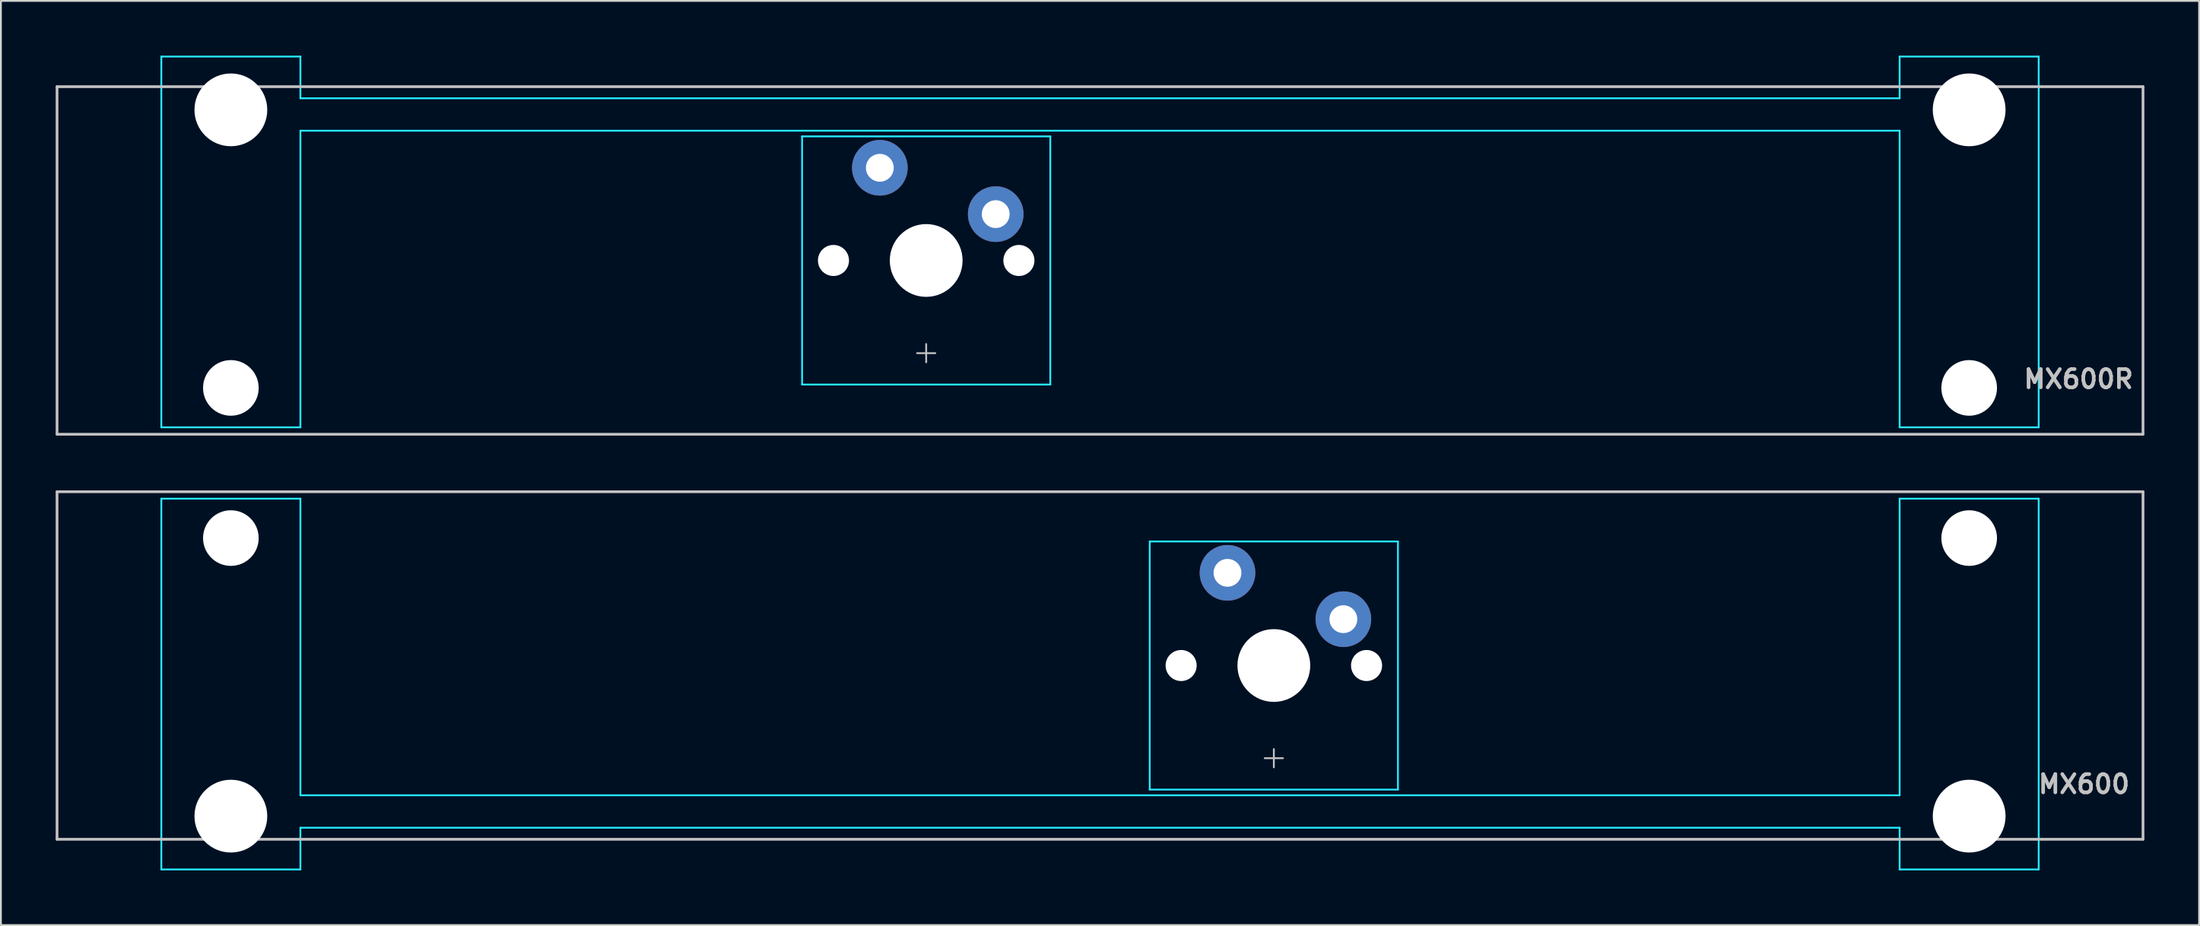
<source format=kicad_pcb>
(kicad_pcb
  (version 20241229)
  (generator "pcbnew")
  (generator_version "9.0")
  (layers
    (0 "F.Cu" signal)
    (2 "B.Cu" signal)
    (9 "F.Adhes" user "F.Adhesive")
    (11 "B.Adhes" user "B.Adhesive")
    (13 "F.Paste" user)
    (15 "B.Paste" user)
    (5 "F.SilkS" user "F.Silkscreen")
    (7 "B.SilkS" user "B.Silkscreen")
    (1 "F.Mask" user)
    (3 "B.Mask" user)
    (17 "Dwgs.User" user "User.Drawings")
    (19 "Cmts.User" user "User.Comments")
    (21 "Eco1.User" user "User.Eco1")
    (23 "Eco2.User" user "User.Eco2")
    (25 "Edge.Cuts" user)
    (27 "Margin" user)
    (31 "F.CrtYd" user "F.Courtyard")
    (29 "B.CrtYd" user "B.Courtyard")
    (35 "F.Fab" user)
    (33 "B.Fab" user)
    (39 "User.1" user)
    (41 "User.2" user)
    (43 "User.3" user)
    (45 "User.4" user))
  (footprint "MX600"
    (layer "F.Cu")
    (at 66.75 33.426)
    (property "Reference" "MX600" (at 47 6.5 0) (layer "Dwgs.User") (effects (font (size 1 1) (thickness 0.2)) (justify right)))
    (attr through_hole)
    (fp_line (start -66.675 -9.525) (end 47.625 -9.525) (stroke (width 0.15) (type solid)) (layer "Dwgs.User"))
    (fp_line (start -66.675 9.525) (end -66.675 -9.525) (stroke (width 0.15) (type solid)) (layer "Dwgs.User"))
    (fp_line (start -66.675 9.525) (end 47.625 9.525) (stroke (width 0.15) (type solid)) (layer "Dwgs.User"))
    (fp_line (start -0.5 5.08) (end 0.5 5.08) (stroke (width 0.1) (type solid)) (layer "Dwgs.User"))
    (fp_line (start 0 5.58) (end 0 4.58) (stroke (width 0.1) (type solid)) (layer "Dwgs.User"))
    (fp_line (start 47.625 -9.525) (end 47.625 9.525) (stroke (width 0.15) (type solid)) (layer "Dwgs.User"))
    (fp_line (start -60.65 -5.485) (end -60.65 8.515) (stroke (width 0.1) (type solid)) (layer "Eco1.User"))
    (fp_line (start -60.15 -5.985) (end -54.15 -5.985) (stroke (width 0.1) (type solid)) (layer "Eco1.User"))
    (fp_line (start -54.15 9.015) (end -60.15 9.015) (stroke (width 0.1) (type solid)) (layer "Eco1.User"))
    (fp_line (start -53.65 8.515) (end -53.65 -5.485) (stroke (width 0.1) (type solid)) (layer "Eco1.User"))
    (fp_line (start -7 -6.5) (end -7 6.5) (stroke (width 0.1) (type solid)) (layer "Eco1.User"))
    (fp_line (start -6.5 7) (end 6.5 7) (stroke (width 0.1) (type solid)) (layer "Eco1.User"))
    (fp_line (start 6.5 -7) (end -6.5 -7) (stroke (width 0.1) (type solid)) (layer "Eco1.User"))
    (fp_line (start 7 6.5) (end 7 -6.5) (stroke (width 0.1) (type solid)) (layer "Eco1.User"))
    (fp_line (start 34.6 -5.485) (end 34.6 8.515) (stroke (width 0.1) (type solid)) (layer "Eco1.User"))
    (fp_line (start 35.1 -5.985) (end 41.1 -5.985) (stroke (width 0.1) (type solid)) (layer "Eco1.User"))
    (fp_line (start 41.1 9.015) (end 35.1 9.015) (stroke (width 0.1) (type solid)) (layer "Eco1.User"))
    (fp_line (start 41.6 8.515) (end 41.6 -5.485) (stroke (width 0.1) (type solid)) (layer "Eco1.User"))
    (fp_arc (start -60.65 -5.485) (mid -60.503553 -5.838553) (end -60.15 -5.985) (stroke (width 0.1) (type solid)) (layer "Eco1.User"))
    (fp_arc (start -60.15 9.015) (mid -60.503553 8.868553) (end -60.65 8.515) (stroke (width 0.1) (type solid)) (layer "Eco1.User"))
    (fp_arc (start -54.15 -5.985) (mid -53.796447 -5.838553) (end -53.65 -5.485) (stroke (width 0.1) (type solid)) (layer "Eco1.User"))
    (fp_arc (start -53.65 8.515) (mid -53.796447 8.868553) (end -54.15 9.015) (stroke (width 0.1) (type solid)) (layer "Eco1.User"))
    (fp_arc (start -7 -6.5) (mid -6.853553 -6.853553) (end -6.5 -7) (stroke (width 0.1) (type solid)) (layer "Eco1.User"))
    (fp_arc (start -6.5 7) (mid -6.853553 6.853553) (end -7 6.5) (stroke (width 0.1) (type solid)) (layer "Eco1.User"))
    (fp_arc (start 6.5 -7) (mid 6.853553 -6.853553) (end 7 -6.5) (stroke (width 0.1) (type solid)) (layer "Eco1.User"))
    (fp_arc (start 7 6.5) (mid 6.853553 6.853553) (end 6.5 7) (stroke (width 0.1) (type solid)) (layer "Eco1.User"))
    (fp_arc (start 34.6 -5.485) (mid 34.746447 -5.838553) (end 35.1 -5.985) (stroke (width 0.1) (type solid)) (layer "Eco1.User"))
    (fp_arc (start 35.1 9.015) (mid 34.746447 8.868553) (end 34.6 8.515) (stroke (width 0.1) (type solid)) (layer "Eco1.User"))
    (fp_arc (start 41.1 -5.985) (mid 41.453553 -5.838553) (end 41.6 -5.485) (stroke (width 0.1) (type solid)) (layer "Eco1.User"))
    (fp_arc (start 41.6 8.515) (mid 41.453553 8.868553) (end 41.1 9.015) (stroke (width 0.1) (type solid)) (layer "Eco1.User"))
    (fp_line (start -60.96 -9.144) (end -60.96 11.176) (stroke (width 0.1) (type solid)) (layer "B.CrtYd"))
    (fp_line (start -60.96 -9.144) (end -53.34 -9.144) (stroke (width 0.1) (type solid)) (layer "B.CrtYd"))
    (fp_line (start -60.96 11.176) (end -53.34 11.176) (stroke (width 0.1) (type solid)) (layer "B.CrtYd"))
    (fp_line (start -53.34 7.112) (end -53.34 -9.144) (stroke (width 0.1) (type solid)) (layer "B.CrtYd"))
    (fp_line (start -53.34 7.112) (end 34.29 7.112) (stroke (width 0.1) (type solid)) (layer "B.CrtYd"))
    (fp_line (start -53.34 8.89) (end -53.34 11.176) (stroke (width 0.1) (type solid)) (layer "B.CrtYd"))
    (fp_line (start -53.34 8.89) (end 34.29 8.89) (stroke (width 0.1) (type solid)) (layer "B.CrtYd"))
    (fp_line (start -6.8 -6.8) (end -6.8 6.8) (stroke (width 0.1) (type solid)) (layer "B.CrtYd"))
    (fp_line (start -6.8 -6.8) (end 6.8 -6.8) (stroke (width 0.1) (type solid)) (layer "B.CrtYd"))
    (fp_line (start -6.8 6.8) (end 6.8 6.8) (stroke (width 0.1) (type solid)) (layer "B.CrtYd"))
    (fp_line (start 6.8 6.8) (end 6.8 -6.8) (stroke (width 0.1) (type solid)) (layer "B.CrtYd"))
    (fp_line (start 34.29 -9.144) (end 41.91 -9.144) (stroke (width 0.1) (type solid)) (layer "B.CrtYd"))
    (fp_line (start 34.29 7.112) (end 34.29 -9.144) (stroke (width 0.1) (type solid)) (layer "B.CrtYd"))
    (fp_line (start 34.29 8.89) (end 34.29 11.176) (stroke (width 0.1) (type solid)) (layer "B.CrtYd"))
    (fp_line (start 34.29 11.176) (end 41.91 11.176) (stroke (width 0.1) (type solid)) (layer "B.CrtYd"))
    (fp_line (start 41.91 -9.144) (end 41.91 11.176) (stroke (width 0.1) (type solid)) (layer "B.CrtYd"))
    (pad "" np_thru_hole circle (at -57.15 -6.985 180) (size 3.048 3.048) (drill 3.048) (layers "*.Cu" "*.Mask"))
    (pad "" smd circle (at -57.15 -6.985) (size 3.988 3.988) (layers "F.Mask"))
    (pad "" np_thru_hole circle (at -57.15 8.255 180) (size 3.988 3.988) (drill 3.988) (layers "*.Cu" "*.Mask"))
    (pad "" np_thru_hole circle (at -5.08 0) (size 1.702 1.702) (drill 1.702) (layers "*.Cu" "*.Mask"))
    (pad "" np_thru_hole circle (at 0 0) (size 3.988 3.988) (drill 3.988) (layers "*.Cu" "*.Mask"))
    (pad "" np_thru_hole circle (at 5.08 0) (size 1.702 1.702) (drill 1.702) (layers "*.Cu" "*.Mask"))
    (pad "" np_thru_hole circle (at 38.1 -6.985 180) (size 3.048 3.048) (drill 3.048) (layers "*.Cu" "*.Mask"))
    (pad "" smd circle (at 38.1 -6.985) (size 3.988 3.988) (layers "F.Mask"))
    (pad "" np_thru_hole circle (at 38.1 8.255 180) (size 3.988 3.988) (drill 3.988) (layers "*.Cu" "*.Mask"))
    (pad "1" thru_hole circle (at -2.54 -5.08) (size 3.048 3.048) (drill 1.524) (layers "*.Cu" "*.Mask"))
    (pad "2" thru_hole circle (at 3.81 -2.54) (size 3.048 3.048) (drill 1.524) (layers "*.Cu" "*.Mask")))
  (footprint "MX600R"
    (layer "F.Cu")
    (at 47.7 11.226)
    (property "Reference" "MX600R" (at 66.25 6.5 0) (layer "Dwgs.User") (effects (font (size 1 1) (thickness 0.2)) (justify right)))
    (attr through_hole)
    (fp_line (start -47.625 9.525) (end -47.625 -9.525) (stroke (width 0.15) (type solid)) (layer "Dwgs.User"))
    (fp_line (start -0.5 5.08) (end 0.5 5.08) (stroke (width 0.1) (type solid)) (layer "Dwgs.User"))
    (fp_line (start 0 5.58) (end 0 4.58) (stroke (width 0.1) (type solid)) (layer "Dwgs.User"))
    (fp_line (start 66.675 -9.525) (end -47.625 -9.525) (stroke (width 0.15) (type solid)) (layer "Dwgs.User"))
    (fp_line (start 66.675 -9.525) (end 66.675 9.525) (stroke (width 0.15) (type solid)) (layer "Dwgs.User"))
    (fp_line (start 66.675 9.525) (end -47.625 9.525) (stroke (width 0.15) (type solid)) (layer "Dwgs.User"))
    (fp_line (start -41.6 -8.515) (end -41.6 5.485) (stroke (width 0.1) (type solid)) (layer "Eco1.User"))
    (fp_line (start -41.1 -9.015) (end -35.1 -9.015) (stroke (width 0.1) (type solid)) (layer "Eco1.User"))
    (fp_line (start -35.1 5.985) (end -41.1 5.985) (stroke (width 0.1) (type solid)) (layer "Eco1.User"))
    (fp_line (start -34.6 5.485) (end -34.6 -8.515) (stroke (width 0.1) (type solid)) (layer "Eco1.User"))
    (fp_line (start -7 -6.5) (end -7 6.5) (stroke (width 0.1) (type solid)) (layer "Eco1.User"))
    (fp_line (start -6.5 7) (end 6.5 7) (stroke (width 0.1) (type solid)) (layer "Eco1.User"))
    (fp_line (start 6.5 -7) (end -6.5 -7) (stroke (width 0.1) (type solid)) (layer "Eco1.User"))
    (fp_line (start 7 6.5) (end 7 -6.5) (stroke (width 0.1) (type solid)) (layer "Eco1.User"))
    (fp_line (start 53.65 -8.515) (end 53.65 5.485) (stroke (width 0.1) (type solid)) (layer "Eco1.User"))
    (fp_line (start 54.15 -9.015) (end 60.15 -9.015) (stroke (width 0.1) (type solid)) (layer "Eco1.User"))
    (fp_line (start 60.15 5.985) (end 54.15 5.985) (stroke (width 0.1) (type solid)) (layer "Eco1.User"))
    (fp_line (start 60.65 5.485) (end 60.65 -8.515) (stroke (width 0.1) (type solid)) (layer "Eco1.User"))
    (fp_arc (start -41.6 -8.515) (mid -41.453553 -8.868553) (end -41.1 -9.015) (stroke (width 0.1) (type solid)) (layer "Eco1.User"))
    (fp_arc (start -41.1 5.985) (mid -41.453553 5.838553) (end -41.6 5.485) (stroke (width 0.1) (type solid)) (layer "Eco1.User"))
    (fp_arc (start -35.1 -9.015) (mid -34.746447 -8.868553) (end -34.6 -8.515) (stroke (width 0.1) (type solid)) (layer "Eco1.User"))
    (fp_arc (start -34.6 5.485) (mid -34.746447 5.838553) (end -35.1 5.985) (stroke (width 0.1) (type solid)) (layer "Eco1.User"))
    (fp_arc (start -7 -6.5) (mid -6.853553 -6.853553) (end -6.5 -7) (stroke (width 0.1) (type solid)) (layer "Eco1.User"))
    (fp_arc (start -6.5 7) (mid -6.853553 6.853553) (end -7 6.5) (stroke (width 0.1) (type solid)) (layer "Eco1.User"))
    (fp_arc (start 6.5 -7) (mid 6.853553 -6.853553) (end 7 -6.5) (stroke (width 0.1) (type solid)) (layer "Eco1.User"))
    (fp_arc (start 7 6.5) (mid 6.853553 6.853553) (end 6.5 7) (stroke (width 0.1) (type solid)) (layer "Eco1.User"))
    (fp_arc (start 53.65 -8.515) (mid 53.796447 -8.868553) (end 54.15 -9.015) (stroke (width 0.1) (type solid)) (layer "Eco1.User"))
    (fp_arc (start 54.15 5.985) (mid 53.796447 5.838553) (end 53.65 5.485) (stroke (width 0.1) (type solid)) (layer "Eco1.User"))
    (fp_arc (start 60.15 -9.015) (mid 60.503553 -8.868553) (end 60.65 -8.515) (stroke (width 0.1) (type solid)) (layer "Eco1.User"))
    (fp_arc (start 60.65 5.485) (mid 60.503553 5.838553) (end 60.15 5.985) (stroke (width 0.1) (type solid)) (layer "Eco1.User"))
    (fp_line (start -41.91 9.144) (end -41.91 -11.176) (stroke (width 0.1) (type solid)) (layer "B.CrtYd"))
    (fp_line (start -34.29 -11.176) (end -41.91 -11.176) (stroke (width 0.1) (type solid)) (layer "B.CrtYd"))
    (fp_line (start -34.29 -8.89) (end -34.29 -11.176) (stroke (width 0.1) (type solid)) (layer "B.CrtYd"))
    (fp_line (start -34.29 -7.112) (end -34.29 9.144) (stroke (width 0.1) (type solid)) (layer "B.CrtYd"))
    (fp_line (start -34.29 9.144) (end -41.91 9.144) (stroke (width 0.1) (type solid)) (layer "B.CrtYd"))
    (fp_line (start -6.8 -6.8) (end -6.8 6.8) (stroke (width 0.1) (type solid)) (layer "B.CrtYd"))
    (fp_line (start -6.8 -6.8) (end 6.8 -6.8) (stroke (width 0.1) (type solid)) (layer "B.CrtYd"))
    (fp_line (start -6.8 6.8) (end 6.8 6.8) (stroke (width 0.1) (type solid)) (layer "B.CrtYd"))
    (fp_line (start 6.8 6.8) (end 6.8 -6.8) (stroke (width 0.1) (type solid)) (layer "B.CrtYd"))
    (fp_line (start 53.34 -8.89) (end -34.29 -8.89) (stroke (width 0.1) (type solid)) (layer "B.CrtYd"))
    (fp_line (start 53.34 -8.89) (end 53.34 -11.176) (stroke (width 0.1) (type solid)) (layer "B.CrtYd"))
    (fp_line (start 53.34 -7.112) (end -34.29 -7.112) (stroke (width 0.1) (type solid)) (layer "B.CrtYd"))
    (fp_line (start 53.34 -7.112) (end 53.34 9.144) (stroke (width 0.1) (type solid)) (layer "B.CrtYd"))
    (fp_line (start 60.96 -11.176) (end 53.34 -11.176) (stroke (width 0.1) (type solid)) (layer "B.CrtYd"))
    (fp_line (start 60.96 9.144) (end 53.34 9.144) (stroke (width 0.1) (type solid)) (layer "B.CrtYd"))
    (fp_line (start 60.96 9.144) (end 60.96 -11.176) (stroke (width 0.1) (type solid)) (layer "B.CrtYd"))
    (pad "" np_thru_hole circle (at -38.1 -8.255) (size 3.988 3.988) (drill 3.988) (layers "*.Cu" "*.Mask"))
    (pad "" np_thru_hole circle (at -38.1 6.985) (size 3.048 3.048) (drill 3.048) (layers "*.Cu" "*.Mask"))
    (pad "" smd circle (at -38.1 6.985) (size 3.988 3.988) (layers "F.Mask"))
    (pad "" np_thru_hole circle (at -5.08 0) (size 1.702 1.702) (drill 1.702) (layers "*.Cu" "*.Mask"))
    (pad "" np_thru_hole circle (at 0 0) (size 3.988 3.988) (drill 3.988) (layers "*.Cu" "*.Mask"))
    (pad "" np_thru_hole circle (at 5.08 0) (size 1.702 1.702) (drill 1.702) (layers "*.Cu" "*.Mask"))
    (pad "" np_thru_hole circle (at 57.15 -8.255) (size 3.988 3.988) (drill 3.988) (layers "*.Cu" "*.Mask"))
    (pad "" np_thru_hole circle (at 57.15 6.985) (size 3.048 3.048) (drill 3.048) (layers "*.Cu" "*.Mask"))
    (pad "" smd circle (at 57.15 6.985) (size 3.988 3.988) (layers "F.Mask"))
    (pad "1" thru_hole circle (at -2.54 -5.08) (size 3.048 3.048) (drill 1.524) (layers "*.Cu" "*.Mask"))
    (pad "2" thru_hole circle (at 3.81 -2.54) (size 3.048 3.048) (drill 1.524) (layers "*.Cu" "*.Mask")))
  (gr_rect
    (start -3 -3)
    (end 117.45 47.652)
    (stroke (width 0.1) (type default))
    (fill no)
    (layer "Edge.Cuts")))
</source>
